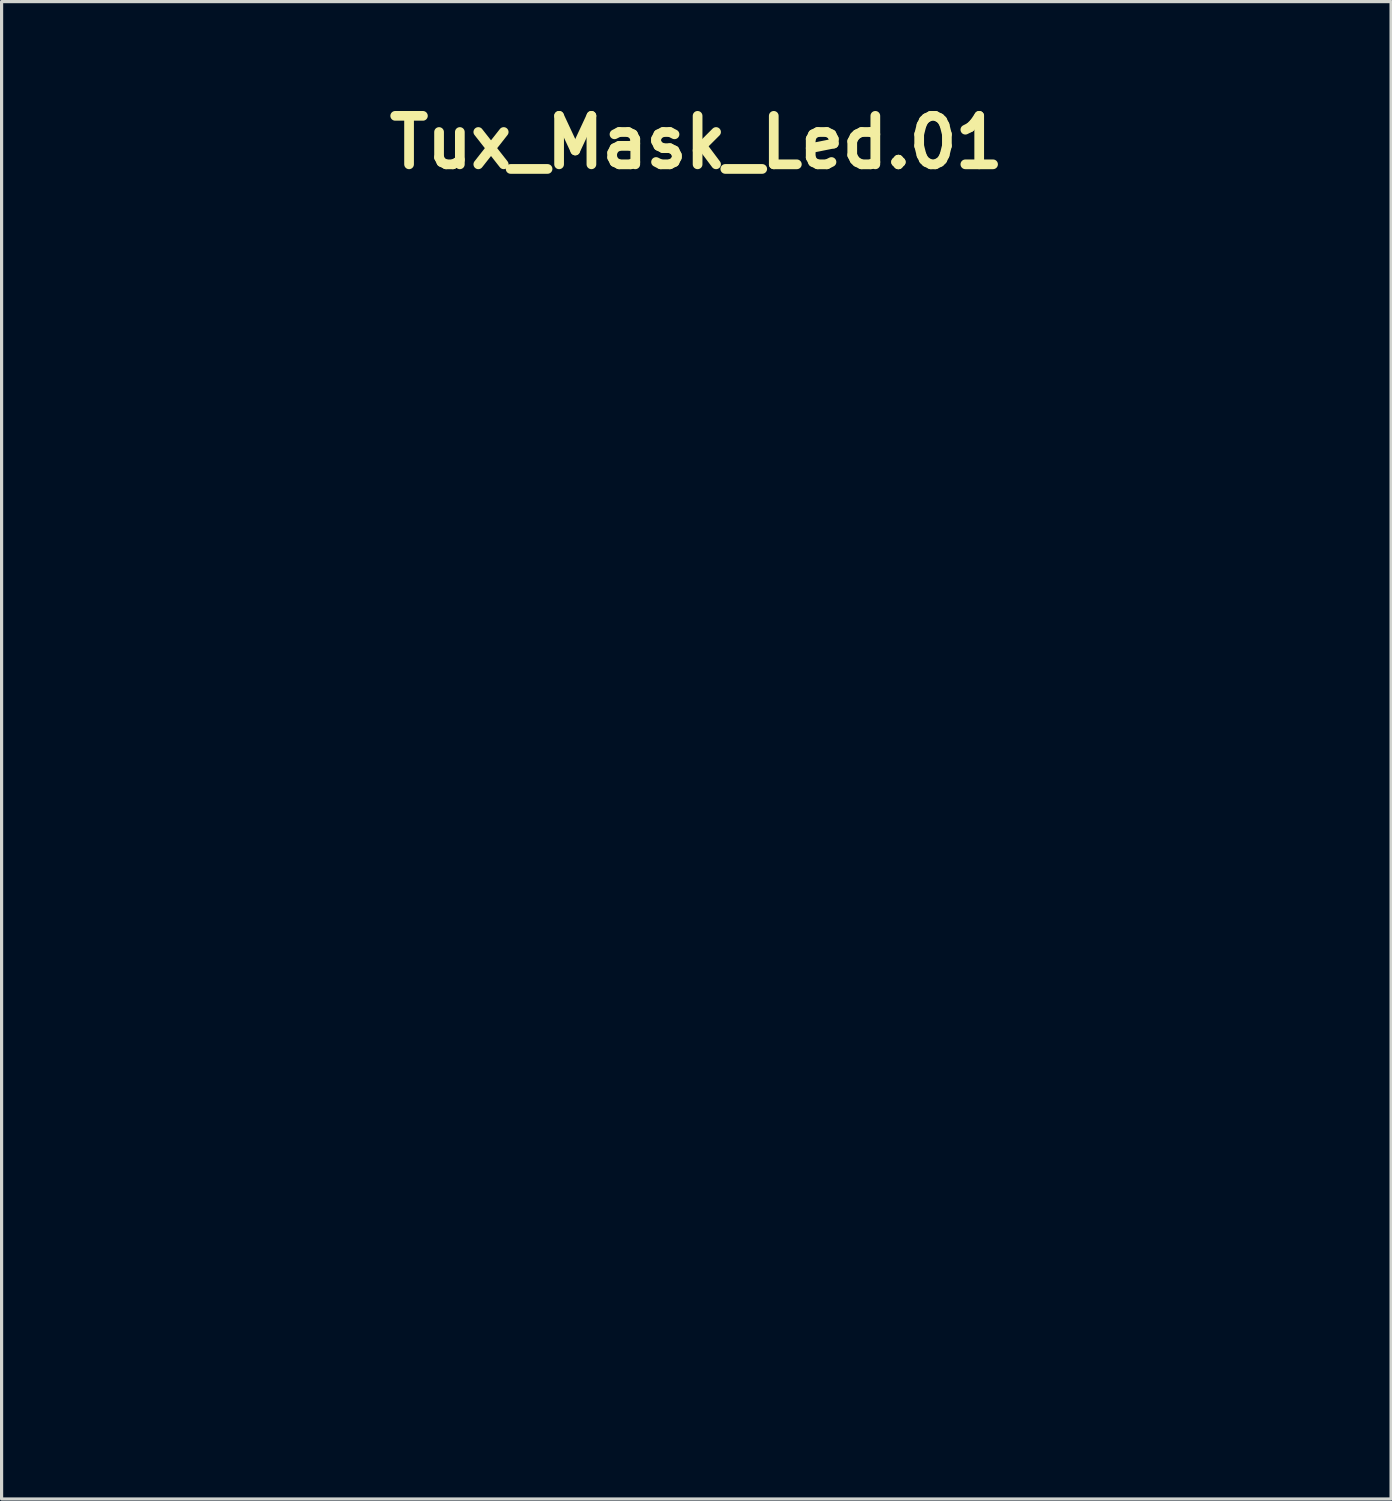
<source format=kicad_pcb>
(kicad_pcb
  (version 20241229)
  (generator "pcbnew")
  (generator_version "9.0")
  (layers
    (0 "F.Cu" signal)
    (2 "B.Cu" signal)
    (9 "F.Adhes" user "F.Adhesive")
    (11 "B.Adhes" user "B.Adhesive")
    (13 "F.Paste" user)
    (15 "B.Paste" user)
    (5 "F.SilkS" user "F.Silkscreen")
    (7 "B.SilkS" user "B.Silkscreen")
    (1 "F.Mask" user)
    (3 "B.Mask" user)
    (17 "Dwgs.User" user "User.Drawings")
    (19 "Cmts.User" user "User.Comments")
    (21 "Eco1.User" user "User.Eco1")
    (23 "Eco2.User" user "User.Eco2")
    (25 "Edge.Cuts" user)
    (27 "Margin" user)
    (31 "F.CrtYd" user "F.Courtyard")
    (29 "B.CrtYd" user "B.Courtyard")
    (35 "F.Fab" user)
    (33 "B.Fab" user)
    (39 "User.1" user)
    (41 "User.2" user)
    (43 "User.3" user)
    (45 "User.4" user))
  (footprint "Tux_Mask_Led.01"
    (layer "F.Cu")
    (at 18.846 22.789)
    (property "Reference" "Tux_Mask_Led.01" (at 0 -21.362 0) (layer "F.SilkS") (effects (font (size 1.524 1.524) (thickness 0.305))))
    (attr smd)
    (fp_poly (pts (xy 1.029 -18.314) (xy 1.275 -18.303) (xy 1.507 -18.272) (xy 1.727 -18.223) (xy 1.935 -18.16) (xy 2.474 -17.912) (xy 2.92 -17.606) (xy 3.281 -17.292) (xy 3.562 -17.022) (xy 3.563 -17.02) (xy 3.563 -17.019) (xy 3.564 -17.019) (xy 3.617 -16.974) (xy 3.686 -16.921) (xy 3.78 -16.852) (xy 3.909 -16.757) (xy 4.079 -16.633) (xy 4.29 -16.478) (xy 4.543 -16.289) (xy 4.844 -16.065) (xy 5.084 -15.833) (xy 5.226 -15.57) (xy 5.272 -15.278) (xy 5.22 -14.961) (xy 5.066 -14.62) (xy 4.796 -14.266) (xy 4.405 -13.913) (xy 3.887 -13.573) (xy 3.886 -13.573) (xy 3.886 -13.572) (xy 3.885 -13.572) (xy 3.884 -13.572) (xy 3.548 -13.344) (xy 3.25 -13.095) (xy 2.973 -12.843) (xy 2.695 -12.603) (xy 2.551 -12.492) (xy 2.401 -12.39) (xy 2.241 -12.296) (xy 2.068 -12.214) (xy 1.881 -12.144) (xy 1.675 -12.087) (xy 1.449 -12.046) (xy 1.199 -12.022) (xy 0.622 -12.037) (xy 0.113 -12.141) (xy -0.343 -12.312) (xy -0.758 -12.525) (xy -1.147 -12.763) (xy -1.518 -13) (xy -1.885 -13.211) (xy -2.265 -13.372) (xy -2.266 -13.372) (xy -2.267 -13.372) (xy -2.267 -13.373) (xy -3.005 -13.679) (xy -3.608 -14.078) (xy -4.056 -14.534) (xy -4.328 -15.012) (xy -4.395 -15.247) (xy -4.413 -15.476) (xy -4.383 -15.698) (xy -4.302 -15.91) (xy -4.301 -15.91) (xy -4.167 -16.116) (xy -3.97 -16.313) (xy -3.707 -16.494) (xy -3.374 -16.658) (xy -3.373 -16.658) (xy -3.372 -16.658) (xy -3.372 -16.659) (xy -3.371 -16.659) (xy -2.697 -16.924) (xy -2.175 -17.107) (xy -1.738 -17.277) (xy -1.32 -17.505) (xy -0.649 -17.885) (xy -0.036 -18.135) (xy 0.523 -18.273) (xy 1.029 -18.314) (xy 1.029 -18.314)) (stroke (width 0) (type solid)) (fill yes) (layer "F.Mask"))
    (fp_poly (pts (xy 4.995 15.249) (xy 4.995 15.25) (xy 4.996 15.251) (xy 4.996 15.252) (xy 4.996 15.253) (xy 4.996 15.255) (xy 4.996 15.256) (xy 4.996 15.257) (xy 4.996 15.258) (xy 5.206 16.218) (xy 5.654 16.947) (xy 6.316 17.459) (xy 7.166 17.769) (xy 7.704 17.854) (xy 8.285 17.874) (xy 8.902 17.829) (xy 9.548 17.718) (xy 10.097 17.578) (xy 10.656 17.393) (xy 11.223 17.162) (xy 11.794 16.886) (xy 11.794 16.886) (xy 11.795 16.886) (xy 11.795 16.886) (xy 11.796 16.886) (xy 12.456 16.584) (xy 13.134 16.356) (xy 13.818 16.187) (xy 14.5 16.064) (xy 15.274 15.961) (xy 16.013 15.88) (xy 16.698 15.799) (xy 17.314 15.697) (xy 17.802 15.569) (xy 18.197 15.402) (xy 18.499 15.186) (xy 18.706 14.908) (xy 18.823 14.534) (xy 18.838 14.026) (xy 18.729 13.363) (xy 18.471 12.528) (xy 18.47 12.526) (xy 18.469 12.525) (xy 18.469 12.523) (xy 18.468 12.522) (xy 18.468 12.52) (xy 18.467 12.519) (xy 18.467 12.518) (xy 18.466 12.516) (xy 18.364 11.986) (xy 18.366 11.443) (xy 18.431 10.895) (xy 18.517 10.355) (xy 18.584 9.836) (xy 18.608 9.353) (xy 18.566 8.919) (xy 18.436 8.546) (xy 18.435 8.545) (xy 18.435 8.544) (xy 18.434 8.542) (xy 18.434 8.541) (xy 18.174 8.158) (xy 17.863 7.884) (xy 17.504 7.685) (xy 17.101 7.525) (xy 16.661 7.374) (xy 16.204 7.201) (xy 15.754 6.966) (xy 15.334 6.631) (xy 15.333 6.63) (xy 15.332 6.63) (xy 15.332 6.629) (xy 15.331 6.628) (xy 15.33 6.628) (xy 15.329 6.627) (xy 15.328 6.626) (xy 15.327 6.625) (xy 14.98 6.218) (xy 14.661 5.792) (xy 14.353 5.376) (xy 14.039 5.001) (xy 13.763 4.736) (xy 13.471 4.532) (xy 13.143 4.4) (xy 12.519 4.366) (xy 11.91 4.533) (xy 11.409 4.831) (xy 10.93 5.264) (xy 10.467 5.825) (xy 10.026 6.629) (xy 9.584 7.432) (xy 9.143 8.236) (xy 8.702 9.04) (xy 8.702 9.041) (xy 8.702 9.041) (xy 8.702 9.042) (xy 8.702 9.042) (xy 8.702 9.043) (xy 8.701 9.043) (xy 8.701 9.043) (xy 8.701 9.043) (xy 8.261 9.796) (xy 7.689 10.578) (xy 7.048 11.382) (xy 6.4 12.202) (xy 5.814 13.023) (xy 5.35 13.821) (xy 5.06 14.572) (xy 4.994 15.25) (xy 4.994 15.25) (xy 4.994 15.25) (xy 4.995 15.25) (xy 4.995 15.25) (xy 4.995 15.249)) (stroke (width 0) (type solid)) (fill yes) (layer "F.Mask"))
    (fp_poly (pts (xy -18.846 11.931) (xy -18.772 12.245) (xy -18.589 12.53) (xy -18.298 12.798) (xy -17.904 13.064) (xy -17.374 13.353) (xy -16.768 13.649) (xy -16.111 13.967) (xy -15.428 14.323) (xy -14.85 14.667) (xy -14.286 15.061) (xy -13.751 15.514) (xy -13.261 16.036) (xy -12.854 16.485) (xy -12.431 16.886) (xy -11.995 17.237) (xy -11.55 17.539) (xy -11.01 17.836) (xy -10.469 18.061) (xy -9.935 18.212) (xy -9.412 18.289) (xy -8.508 18.245) (xy -7.693 17.956) (xy -6.994 17.407) (xy -6.436 16.587) (xy -6.436 16.586) (xy -6.436 16.585) (xy -6.435 16.584) (xy -6.435 16.584) (xy -6.435 16.583) (xy -6.434 16.581) (xy -6.434 16.58) (xy -6.434 16.579) (xy -6.236 15.938) (xy -6.211 15.169) (xy -6.324 14.305) (xy -6.536 13.383) (xy -6.805 12.44) (xy -7.076 11.511) (xy -7.296 10.62) (xy -7.414 9.794) (xy -7.414 9.793) (xy -7.414 9.792) (xy -7.414 9.791) (xy -7.414 9.79) (xy -7.468 8.818) (xy -7.538 7.918) (xy -7.584 7.499) (xy -7.638 7.101) (xy -7.679 6.722) (xy -7.731 6.367) (xy -7.769 6.127) (xy -7.812 5.901) (xy -7.861 5.686) (xy -7.915 5.475) (xy -7.964 5.311) (xy -7.999 5.183) (xy -8.045 5.058) (xy -8.123 4.899) (xy -8.184 4.799) (xy -8.272 4.671) (xy -8.367 4.548) (xy -8.445 4.465) (xy -8.701 4.268) (xy -8.783 4.211) (xy -8.871 4.177) (xy -8.885 4.182) (xy -8.896 4.197) (xy -8.904 4.22) (xy -8.91 4.249) (xy -8.914 4.281) (xy -8.917 4.314) (xy -8.919 4.344) (xy -8.923 4.369) (xy -8.932 4.452) (xy -8.944 4.535) (xy -8.959 4.616) (xy -8.975 4.696) (xy -8.993 4.776) (xy -9.012 4.855) (xy -9.031 4.934) (xy -9.05 5.012) (xy -9.114 5.18) (xy -9.182 5.345) (xy -9.253 5.506) (xy -9.328 5.664) (xy -9.407 5.821) (xy -9.489 5.975) (xy -9.575 6.127) (xy -9.665 6.278) (xy -9.855 6.48) (xy -10.053 6.653) (xy -10.257 6.798) (xy -10.469 6.915) (xy -10.689 7.005) (xy -10.919 7.067) (xy -11.158 7.102) (xy -11.408 7.111) (xy -11.565 7.091) (xy -11.72 7.061) (xy -11.872 7.023) (xy -12.021 6.978) (xy -12.169 6.927) (xy -12.314 6.871) (xy -12.457 6.812) (xy -12.599 6.75) (xy -12.628 6.736) (xy -12.657 6.722) (xy -12.686 6.707) (xy -12.715 6.693) (xy -12.744 6.678) (xy -12.773 6.663) (xy -12.801 6.648) (xy -12.83 6.632) (xy -12.967 6.557) (xy -13.1 6.477) (xy -13.23 6.393) (xy -13.356 6.305) (xy -13.479 6.214) (xy -13.6 6.12) (xy -13.719 6.024) (xy -13.837 5.926) (xy -13.877 5.891) (xy -13.916 5.854) (xy -13.954 5.817) (xy -13.99 5.779) (xy -14.026 5.741) (xy -14.061 5.703) (xy -14.096 5.665) (xy -14.131 5.629) (xy -14.296 5.622) (xy -14.454 5.615) (xy -14.956 5.616) (xy -15.359 5.672) (xy -15.746 5.814) (xy -16.127 6.076) (xy -16.128 6.077) (xy -16.128 6.077) (xy -16.128 6.077) (xy -16.129 6.077) (xy -16.129 6.078) (xy -16.129 6.078) (xy -16.13 6.078) (xy -16.13 6.078) (xy -16.388 6.379) (xy -16.586 6.769) (xy -16.74 7.229) (xy -16.869 7.737) (xy -16.99 8.27) (xy -17.135 8.801) (xy -17.34 9.301) (xy -17.642 9.747) (xy -17.643 9.747) (xy -17.643 9.747) (xy -17.643 9.747) (xy -17.643 9.747) (xy -17.643 9.747) (xy -17.643 9.747) (xy -17.643 9.748) (xy -17.644 9.748) (xy -18.227 10.46) (xy -18.603 11.054) (xy -18.8 11.539) (xy -18.846 11.921) (xy -18.846 11.922) (xy -18.846 11.922) (xy -18.846 11.922) (xy -18.846 11.922) (xy -18.846 11.931)) (stroke (width 0) (type solid)) (fill yes) (layer "F.Mask")))
  (gr_rect
    (start -3 -3)
    (end 40.685 44.078)
    (stroke (width 0.1) (type default))
    (fill no)
    (layer "Edge.Cuts")))
</source>
